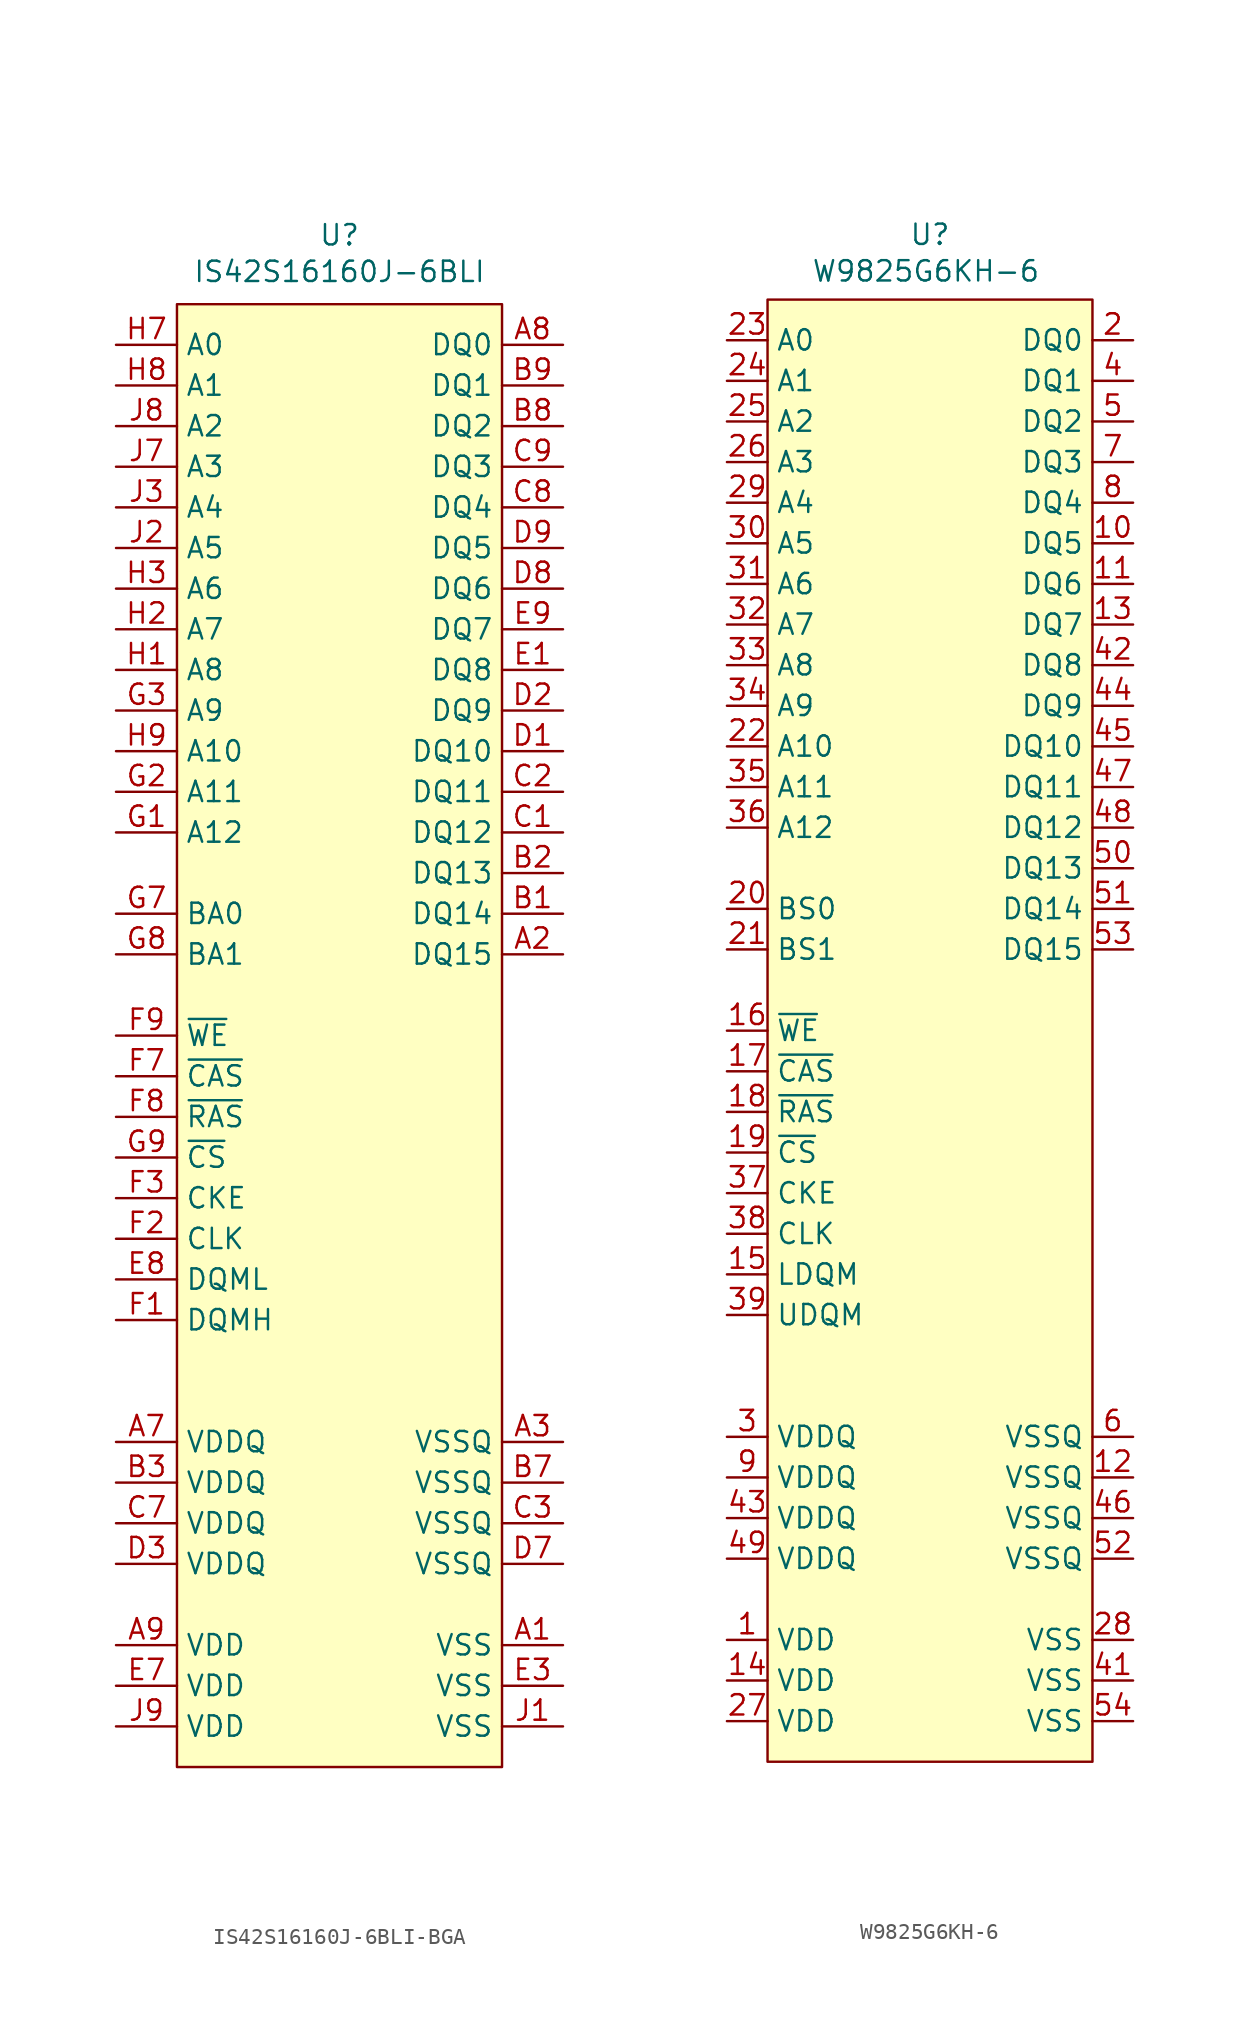
<source format=kicad_sym>
(kicad_symbol_lib
  (version 20231120)
  (generator "kicad_symbol_editor")
  (generator_version "8.0")
  (symbol "IS42S16160J-6BLI-BGA"
    (property "Reference" "U"
      (at 0 50.038 0)
      (effects (font (size 1.27 1.27))))
    (property "Value" "IS42S16160J-6BLI"
      (at 0 47.752 0)
      (effects (font (size 1.27 1.27))))
    (symbol "IS42S16160J-6BLI-BGA_1_1"
      (rectangle (start -10.16 45.72) (end 10.16 -45.72) (stroke (width 0) (type default)) (fill (type background)))
      (pin power_in line (at 13.97 -38.1 180) (length 3.81) (name "VSS" (effects (font (size 1.27 1.27)))) (number "A1" (effects (font (size 1.27 1.27)))))
      (pin bidirectional line (at 13.97 5.08 180) (length 3.81) (name "DQ15" (effects (font (size 1.27 1.27)))) (number "A2" (effects (font (size 1.27 1.27)))))
      (pin power_in line (at 13.97 -25.4 180) (length 3.81) (name "VSSQ" (effects (font (size 1.27 1.27)))) (number "A3" (effects (font (size 1.27 1.27)))))
      (pin power_in line (at -13.97 -25.4 0) (length 3.81) (name "VDDQ" (effects (font (size 1.27 1.27)))) (number "A7" (effects (font (size 1.27 1.27)))))
      (pin bidirectional line (at 13.97 43.18 180) (length 3.81) (name "DQ0" (effects (font (size 1.27 1.27)))) (number "A8" (effects (font (size 1.27 1.27)))))
      (pin power_in line (at -13.97 -38.1 0) (length 3.81) (name "VDD" (effects (font (size 1.27 1.27)))) (number "A9" (effects (font (size 1.27 1.27)))))
      (pin bidirectional line (at 13.97 7.62 180) (length 3.81) (name "DQ14" (effects (font (size 1.27 1.27)))) (number "B1" (effects (font (size 1.27 1.27)))))
      (pin bidirectional line (at 13.97 10.16 180) (length 3.81) (name "DQ13" (effects (font (size 1.27 1.27)))) (number "B2" (effects (font (size 1.27 1.27)))))
      (pin power_in line (at -13.97 -27.94 0) (length 3.81) (name "VDDQ" (effects (font (size 1.27 1.27)))) (number "B3" (effects (font (size 1.27 1.27)))))
      (pin power_in line (at 13.97 -27.94 180) (length 3.81) (name "VSSQ" (effects (font (size 1.27 1.27)))) (number "B7" (effects (font (size 1.27 1.27)))))
      (pin bidirectional line (at 13.97 38.1 180) (length 3.81) (name "DQ2" (effects (font (size 1.27 1.27)))) (number "B8" (effects (font (size 1.27 1.27)))))
      (pin bidirectional line (at 13.97 40.64 180) (length 3.81) (name "DQ1" (effects (font (size 1.27 1.27)))) (number "B9" (effects (font (size 1.27 1.27)))))
      (pin bidirectional line (at 13.97 12.7 180) (length 3.81) (name "DQ12" (effects (font (size 1.27 1.27)))) (number "C1" (effects (font (size 1.27 1.27)))))
      (pin bidirectional line (at 13.97 15.24 180) (length 3.81) (name "DQ11" (effects (font (size 1.27 1.27)))) (number "C2" (effects (font (size 1.27 1.27)))))
      (pin power_in line (at 13.97 -30.48 180) (length 3.81) (name "VSSQ" (effects (font (size 1.27 1.27)))) (number "C3" (effects (font (size 1.27 1.27)))))
      (pin power_in line (at -13.97 -30.48 0) (length 3.81) (name "VDDQ" (effects (font (size 1.27 1.27)))) (number "C7" (effects (font (size 1.27 1.27)))))
      (pin bidirectional line (at 13.97 33.02 180) (length 3.81) (name "DQ4" (effects (font (size 1.27 1.27)))) (number "C8" (effects (font (size 1.27 1.27)))))
      (pin bidirectional line (at 13.97 35.56 180) (length 3.81) (name "DQ3" (effects (font (size 1.27 1.27)))) (number "C9" (effects (font (size 1.27 1.27)))))
      (pin bidirectional line (at 13.97 17.78 180) (length 3.81) (name "DQ10" (effects (font (size 1.27 1.27)))) (number "D1" (effects (font (size 1.27 1.27)))))
      (pin bidirectional line (at 13.97 20.32 180) (length 3.81) (name "DQ9" (effects (font (size 1.27 1.27)))) (number "D2" (effects (font (size 1.27 1.27)))))
      (pin power_in line (at -13.97 -33.02 0) (length 3.81) (name "VDDQ" (effects (font (size 1.27 1.27)))) (number "D3" (effects (font (size 1.27 1.27)))))
      (pin power_in line (at 13.97 -33.02 180) (length 3.81) (name "VSSQ" (effects (font (size 1.27 1.27)))) (number "D7" (effects (font (size 1.27 1.27)))))
      (pin bidirectional line (at 13.97 27.94 180) (length 3.81) (name "DQ6" (effects (font (size 1.27 1.27)))) (number "D8" (effects (font (size 1.27 1.27)))))
      (pin bidirectional line (at 13.97 30.48 180) (length 3.81) (name "DQ5" (effects (font (size 1.27 1.27)))) (number "D9" (effects (font (size 1.27 1.27)))))
      (pin bidirectional line (at 13.97 22.86 180) (length 3.81) (name "DQ8" (effects (font (size 1.27 1.27)))) (number "E1" (effects (font (size 1.27 1.27)))))
      (pin no_connect line (at 13.97 0 180) (length 3.81) hide (name "NC" (effects (font (size 1.27 1.27)))) (number "E2" (effects (font (size 1.27 1.27)))))
      (pin power_in line (at 13.97 -40.64 180) (length 3.81) (name "VSS" (effects (font (size 1.27 1.27)))) (number "E3" (effects (font (size 1.27 1.27)))))
      (pin power_in line (at -13.97 -40.64 0) (length 3.81) (name "VDD" (effects (font (size 1.27 1.27)))) (number "E7" (effects (font (size 1.27 1.27)))))
      (pin input line (at -13.97 -15.24 0) (length 3.81) (name "DQML" (effects (font (size 1.27 1.27)))) (number "E8" (effects (font (size 1.27 1.27)))))
      (pin bidirectional line (at 13.97 25.4 180) (length 3.81) (name "DQ7" (effects (font (size 1.27 1.27)))) (number "E9" (effects (font (size 1.27 1.27)))))
      (pin input line (at -13.97 -17.78 0) (length 3.81) (name "DQMH" (effects (font (size 1.27 1.27)))) (number "F1" (effects (font (size 1.27 1.27)))))
      (pin input line (at -13.97 -12.7 0) (length 3.81) (name "CLK" (effects (font (size 1.27 1.27)))) (number "F2" (effects (font (size 1.27 1.27)))))
      (pin input line (at -13.97 -10.16 0) (length 3.81) (name "CKE" (effects (font (size 1.27 1.27)))) (number "F3" (effects (font (size 1.27 1.27)))))
      (pin input line (at -13.97 -2.54 0) (length 3.81) (name "~{CAS}" (effects (font (size 1.27 1.27)))) (number "F7" (effects (font (size 1.27 1.27)))))
      (pin input line (at -13.97 -5.08 0) (length 3.81) (name "~{RAS}" (effects (font (size 1.27 1.27)))) (number "F8" (effects (font (size 1.27 1.27)))))
      (pin input line (at -13.97 0 0) (length 3.81) (name "~{WE}" (effects (font (size 1.27 1.27)))) (number "F9" (effects (font (size 1.27 1.27)))))
      (pin input line (at -13.97 12.7 0) (length 3.81) (name "A12" (effects (font (size 1.27 1.27)))) (number "G1" (effects (font (size 1.27 1.27)))))
      (pin input line (at -13.97 15.24 0) (length 3.81) (name "A11" (effects (font (size 1.27 1.27)))) (number "G2" (effects (font (size 1.27 1.27)))))
      (pin input line (at -13.97 20.32 0) (length 3.81) (name "A9" (effects (font (size 1.27 1.27)))) (number "G3" (effects (font (size 1.27 1.27)))))
      (pin input line (at -13.97 7.62 0) (length 3.81) (name "BA0" (effects (font (size 1.27 1.27)))) (number "G7" (effects (font (size 1.27 1.27)))))
      (pin input line (at -13.97 5.08 0) (length 3.81) (name "BA1" (effects (font (size 1.27 1.27)))) (number "G8" (effects (font (size 1.27 1.27)))))
      (pin input line (at -13.97 -7.62 0) (length 3.81) (name "~{CS}" (effects (font (size 1.27 1.27)))) (number "G9" (effects (font (size 1.27 1.27)))))
      (pin input line (at -13.97 22.86 0) (length 3.81) (name "A8" (effects (font (size 1.27 1.27)))) (number "H1" (effects (font (size 1.27 1.27)))))
      (pin input line (at -13.97 25.4 0) (length 3.81) (name "A7" (effects (font (size 1.27 1.27)))) (number "H2" (effects (font (size 1.27 1.27)))))
      (pin input line (at -13.97 27.94 0) (length 3.81) (name "A6" (effects (font (size 1.27 1.27)))) (number "H3" (effects (font (size 1.27 1.27)))))
      (pin input line (at -13.97 43.18 0) (length 3.81) (name "A0" (effects (font (size 1.27 1.27)))) (number "H7" (effects (font (size 1.27 1.27)))))
      (pin input line (at -13.97 40.64 0) (length 3.81) (name "A1" (effects (font (size 1.27 1.27)))) (number "H8" (effects (font (size 1.27 1.27)))))
      (pin input line (at -13.97 17.78 0) (length 3.81) (name "A10" (effects (font (size 1.27 1.27)))) (number "H9" (effects (font (size 1.27 1.27)))))
      (pin power_in line (at 13.97 -43.18 180) (length 3.81) (name "VSS" (effects (font (size 1.27 1.27)))) (number "J1" (effects (font (size 1.27 1.27)))))
      (pin input line (at -13.97 30.48 0) (length 3.81) (name "A5" (effects (font (size 1.27 1.27)))) (number "J2" (effects (font (size 1.27 1.27)))))
      (pin input line (at -13.97 33.02 0) (length 3.81) (name "A4" (effects (font (size 1.27 1.27)))) (number "J3" (effects (font (size 1.27 1.27)))))
      (pin input line (at -13.97 35.56 0) (length 3.81) (name "A3" (effects (font (size 1.27 1.27)))) (number "J7" (effects (font (size 1.27 1.27)))))
      (pin input line (at -13.97 38.1 0) (length 3.81) (name "A2" (effects (font (size 1.27 1.27)))) (number "J8" (effects (font (size 1.27 1.27)))))
      (pin power_in line (at -13.97 -43.18 0) (length 3.81) (name "VDD" (effects (font (size 1.27 1.27)))) (number "J9" (effects (font (size 1.27 1.27)))))))
  (symbol "W9825G6KH-6"
    (property "Reference" "U"
      (at 0 49.784 0)
      (effects (font (size 1.27 1.27))))
    (property "Value" "W9825G6KH-6"
      (at -0.254 47.498 0)
      (effects (font (size 1.27 1.27))))
    (symbol "W9825G6KH-6_1_1"
      (rectangle (start -10.16 45.72) (end 10.16 -45.72) (stroke (width 0) (type default)) (fill (type background)))
      (pin power_in line (at -12.7 -38.1 0) (length 2.54) (name "VDD" (effects (font (size 1.27 1.27)))) (number "1" (effects (font (size 1.27 1.27)))))
      (pin bidirectional line (at 12.7 30.48 180) (length 2.54) (name "DQ5" (effects (font (size 1.27 1.27)))) (number "10" (effects (font (size 1.27 1.27)))))
      (pin bidirectional line (at 12.7 27.94 180) (length 2.54) (name "DQ6" (effects (font (size 1.27 1.27)))) (number "11" (effects (font (size 1.27 1.27)))))
      (pin power_in line (at 12.7 -27.94 180) (length 2.54) (name "VSSQ" (effects (font (size 1.27 1.27)))) (number "12" (effects (font (size 1.27 1.27)))))
      (pin bidirectional line (at 12.7 25.4 180) (length 2.54) (name "DQ7" (effects (font (size 1.27 1.27)))) (number "13" (effects (font (size 1.27 1.27)))))
      (pin power_in line (at -12.7 -40.64 0) (length 2.54) (name "VDD" (effects (font (size 1.27 1.27)))) (number "14" (effects (font (size 1.27 1.27)))))
      (pin input line (at -12.7 -15.24 0) (length 2.54) (name "LDQM" (effects (font (size 1.27 1.27)))) (number "15" (effects (font (size 1.27 1.27)))))
      (pin input line (at -12.7 0 0) (length 2.54) (name "~{WE}" (effects (font (size 1.27 1.27)))) (number "16" (effects (font (size 1.27 1.27)))))
      (pin input line (at -12.7 -2.54 0) (length 2.54) (name "~{CAS}" (effects (font (size 1.27 1.27)))) (number "17" (effects (font (size 1.27 1.27)))))
      (pin input line (at -12.7 -5.08 0) (length 2.54) (name "~{RAS}" (effects (font (size 1.27 1.27)))) (number "18" (effects (font (size 1.27 1.27)))))
      (pin input line (at -12.7 -7.62 0) (length 2.54) (name "~{CS}" (effects (font (size 1.27 1.27)))) (number "19" (effects (font (size 1.27 1.27)))))
      (pin bidirectional line (at 12.7 43.18 180) (length 2.54) (name "DQ0" (effects (font (size 1.27 1.27)))) (number "2" (effects (font (size 1.27 1.27)))))
      (pin input line (at -12.7 7.62 0) (length 2.54) (name "BS0" (effects (font (size 1.27 1.27)))) (number "20" (effects (font (size 1.27 1.27)))))
      (pin input line (at -12.7 5.08 0) (length 2.54) (name "BS1" (effects (font (size 1.27 1.27)))) (number "21" (effects (font (size 1.27 1.27)))))
      (pin input line (at -12.7 17.78 0) (length 2.54) (name "A10" (effects (font (size 1.27 1.27)))) (number "22" (effects (font (size 1.27 1.27)))))
      (pin input line (at -12.7 43.18 0) (length 2.54) (name "A0" (effects (font (size 1.27 1.27)))) (number "23" (effects (font (size 1.27 1.27)))))
      (pin input line (at -12.7 40.64 0) (length 2.54) (name "A1" (effects (font (size 1.27 1.27)))) (number "24" (effects (font (size 1.27 1.27)))))
      (pin input line (at -12.7 38.1 0) (length 2.54) (name "A2" (effects (font (size 1.27 1.27)))) (number "25" (effects (font (size 1.27 1.27)))))
      (pin input line (at -12.7 35.56 0) (length 2.54) (name "A3" (effects (font (size 1.27 1.27)))) (number "26" (effects (font (size 1.27 1.27)))))
      (pin power_in line (at -12.7 -43.18 0) (length 2.54) (name "VDD" (effects (font (size 1.27 1.27)))) (number "27" (effects (font (size 1.27 1.27)))))
      (pin power_in line (at 12.7 -38.1 180) (length 2.54) (name "VSS" (effects (font (size 1.27 1.27)))) (number "28" (effects (font (size 1.27 1.27)))))
      (pin input line (at -12.7 33.02 0) (length 2.54) (name "A4" (effects (font (size 1.27 1.27)))) (number "29" (effects (font (size 1.27 1.27)))))
      (pin power_in line (at -12.7 -25.4 0) (length 2.54) (name "VDDQ" (effects (font (size 1.27 1.27)))) (number "3" (effects (font (size 1.27 1.27)))))
      (pin input line (at -12.7 30.48 0) (length 2.54) (name "A5" (effects (font (size 1.27 1.27)))) (number "30" (effects (font (size 1.27 1.27)))))
      (pin input line (at -12.7 27.94 0) (length 2.54) (name "A6" (effects (font (size 1.27 1.27)))) (number "31" (effects (font (size 1.27 1.27)))))
      (pin input line (at -12.7 25.4 0) (length 2.54) (name "A7" (effects (font (size 1.27 1.27)))) (number "32" (effects (font (size 1.27 1.27)))))
      (pin input line (at -12.7 22.86 0) (length 2.54) (name "A8" (effects (font (size 1.27 1.27)))) (number "33" (effects (font (size 1.27 1.27)))))
      (pin input line (at -12.7 20.32 0) (length 2.54) (name "A9" (effects (font (size 1.27 1.27)))) (number "34" (effects (font (size 1.27 1.27)))))
      (pin input line (at -12.7 15.24 0) (length 2.54) (name "A11" (effects (font (size 1.27 1.27)))) (number "35" (effects (font (size 1.27 1.27)))))
      (pin input line (at -12.7 12.7 0) (length 2.54) (name "A12" (effects (font (size 1.27 1.27)))) (number "36" (effects (font (size 1.27 1.27)))))
      (pin input line (at -12.7 -10.16 0) (length 2.54) (name "CKE" (effects (font (size 1.27 1.27)))) (number "37" (effects (font (size 1.27 1.27)))))
      (pin input line (at -12.7 -12.7 0) (length 2.54) (name "CLK" (effects (font (size 1.27 1.27)))) (number "38" (effects (font (size 1.27 1.27)))))
      (pin input line (at -12.7 -17.78 0) (length 2.54) (name "UDQM" (effects (font (size 1.27 1.27)))) (number "39" (effects (font (size 1.27 1.27)))))
      (pin bidirectional line (at 12.7 40.64 180) (length 2.54) (name "DQ1" (effects (font (size 1.27 1.27)))) (number "4" (effects (font (size 1.27 1.27)))))
      (pin no_connect line (at 12.7 -2.54 180) (length 2.54) hide (name "NC" (effects (font (size 1.27 1.27)))) (number "40" (effects (font (size 1.27 1.27)))))
      (pin power_in line (at 12.7 -40.64 180) (length 2.54) (name "VSS" (effects (font (size 1.27 1.27)))) (number "41" (effects (font (size 1.27 1.27)))))
      (pin bidirectional line (at 12.7 22.86 180) (length 2.54) (name "DQ8" (effects (font (size 1.27 1.27)))) (number "42" (effects (font (size 1.27 1.27)))))
      (pin power_in line (at -12.7 -30.48 0) (length 2.54) (name "VDDQ" (effects (font (size 1.27 1.27)))) (number "43" (effects (font (size 1.27 1.27)))))
      (pin bidirectional line (at 12.7 20.32 180) (length 2.54) (name "DQ9" (effects (font (size 1.27 1.27)))) (number "44" (effects (font (size 1.27 1.27)))))
      (pin bidirectional line (at 12.7 17.78 180) (length 2.54) (name "DQ10" (effects (font (size 1.27 1.27)))) (number "45" (effects (font (size 1.27 1.27)))))
      (pin power_in line (at 12.7 -30.48 180) (length 2.54) (name "VSSQ" (effects (font (size 1.27 1.27)))) (number "46" (effects (font (size 1.27 1.27)))))
      (pin bidirectional line (at 12.7 15.24 180) (length 2.54) (name "DQ11" (effects (font (size 1.27 1.27)))) (number "47" (effects (font (size 1.27 1.27)))))
      (pin bidirectional line (at 12.7 12.7 180) (length 2.54) (name "DQ12" (effects (font (size 1.27 1.27)))) (number "48" (effects (font (size 1.27 1.27)))))
      (pin power_in line (at -12.7 -33.02 0) (length 2.54) (name "VDDQ" (effects (font (size 1.27 1.27)))) (number "49" (effects (font (size 1.27 1.27)))))
      (pin bidirectional line (at 12.7 38.1 180) (length 2.54) (name "DQ2" (effects (font (size 1.27 1.27)))) (number "5" (effects (font (size 1.27 1.27)))))
      (pin bidirectional line (at 12.7 10.16 180) (length 2.54) (name "DQ13" (effects (font (size 1.27 1.27)))) (number "50" (effects (font (size 1.27 1.27)))))
      (pin bidirectional line (at 12.7 7.62 180) (length 2.54) (name "DQ14" (effects (font (size 1.27 1.27)))) (number "51" (effects (font (size 1.27 1.27)))))
      (pin power_in line (at 12.7 -33.02 180) (length 2.54) (name "VSSQ" (effects (font (size 1.27 1.27)))) (number "52" (effects (font (size 1.27 1.27)))))
      (pin bidirectional line (at 12.7 5.08 180) (length 2.54) (name "DQ15" (effects (font (size 1.27 1.27)))) (number "53" (effects (font (size 1.27 1.27)))))
      (pin power_in line (at 12.7 -43.18 180) (length 2.54) (name "VSS" (effects (font (size 1.27 1.27)))) (number "54" (effects (font (size 1.27 1.27)))))
      (pin power_in line (at 12.7 -25.4 180) (length 2.54) (name "VSSQ" (effects (font (size 1.27 1.27)))) (number "6" (effects (font (size 1.27 1.27)))))
      (pin bidirectional line (at 12.7 35.56 180) (length 2.54) (name "DQ3" (effects (font (size 1.27 1.27)))) (number "7" (effects (font (size 1.27 1.27)))))
      (pin bidirectional line (at 12.7 33.02 180) (length 2.54) (name "DQ4" (effects (font (size 1.27 1.27)))) (number "8" (effects (font (size 1.27 1.27)))))
      (pin power_in line (at -12.7 -27.94 0) (length 2.54) (name "VDDQ" (effects (font (size 1.27 1.27)))) (number "9" (effects (font (size 1.27 1.27))))))))
</source>
